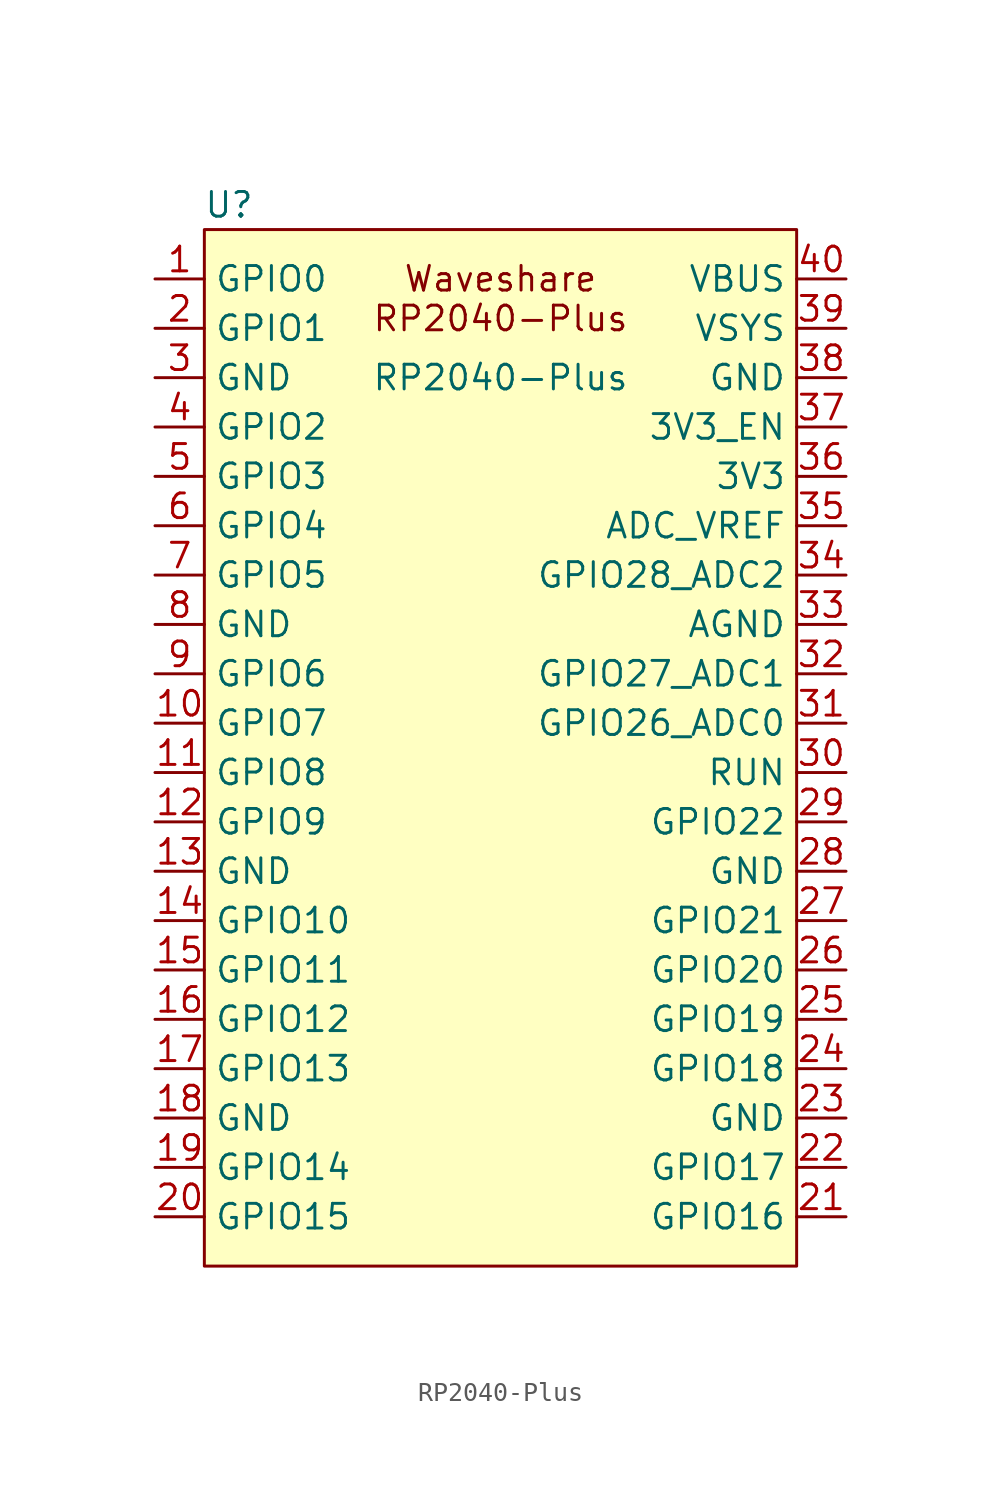
<source format=kicad_sym>
(kicad_symbol_lib
  (version 20231120)
  (generator "kicad_symbol_editor")
  (generator_version "8.0")
  (symbol "RP2040-Plus"
    (property "Reference" "U"
      (at -13.97 27.94 0)
      (effects (font (size 1.27 1.27))))
    (property "Value" "RP2040-Plus"
      (at 0 19.05 0)
      (effects (font (size 1.27 1.27))))
    (symbol "RP2040-Plus_0_1"
      (rectangle (start -15.24 26.67) (end 15.24 -26.67) (stroke (width 0) (type default)) (fill (type background))))
    (symbol "RP2040-Plus_1_0"
      (text "Waveshare\nRP2040-Plus" (at 0 23.114 0) (effects (font (size 1.27 1.27)))))
    (symbol "RP2040-Plus_1_1"
      (pin bidirectional line (at -17.78 24.13 0) (length 2.54) (name "GPIO0" (effects (font (size 1.27 1.27)))) (number "1" (effects (font (size 1.27 1.27)))))
      (pin bidirectional line (at -17.78 1.27 0) (length 2.54) (name "GPIO7" (effects (font (size 1.27 1.27)))) (number "10" (effects (font (size 1.27 1.27)))))
      (pin bidirectional line (at -17.78 -1.27 0) (length 2.54) (name "GPIO8" (effects (font (size 1.27 1.27)))) (number "11" (effects (font (size 1.27 1.27)))))
      (pin bidirectional line (at -17.78 -3.81 0) (length 2.54) (name "GPIO9" (effects (font (size 1.27 1.27)))) (number "12" (effects (font (size 1.27 1.27)))))
      (pin power_in line (at -17.78 -6.35 0) (length 2.54) (name "GND" (effects (font (size 1.27 1.27)))) (number "13" (effects (font (size 1.27 1.27)))))
      (pin bidirectional line (at -17.78 -8.89 0) (length 2.54) (name "GPIO10" (effects (font (size 1.27 1.27)))) (number "14" (effects (font (size 1.27 1.27)))))
      (pin bidirectional line (at -17.78 -11.43 0) (length 2.54) (name "GPIO11" (effects (font (size 1.27 1.27)))) (number "15" (effects (font (size 1.27 1.27)))))
      (pin bidirectional line (at -17.78 -13.97 0) (length 2.54) (name "GPIO12" (effects (font (size 1.27 1.27)))) (number "16" (effects (font (size 1.27 1.27)))))
      (pin bidirectional line (at -17.78 -16.51 0) (length 2.54) (name "GPIO13" (effects (font (size 1.27 1.27)))) (number "17" (effects (font (size 1.27 1.27)))))
      (pin power_in line (at -17.78 -19.05 0) (length 2.54) (name "GND" (effects (font (size 1.27 1.27)))) (number "18" (effects (font (size 1.27 1.27)))))
      (pin bidirectional line (at -17.78 -21.59 0) (length 2.54) (name "GPIO14" (effects (font (size 1.27 1.27)))) (number "19" (effects (font (size 1.27 1.27)))))
      (pin bidirectional line (at -17.78 21.59 0) (length 2.54) (name "GPIO1" (effects (font (size 1.27 1.27)))) (number "2" (effects (font (size 1.27 1.27)))))
      (pin bidirectional line (at -17.78 -24.13 0) (length 2.54) (name "GPIO15" (effects (font (size 1.27 1.27)))) (number "20" (effects (font (size 1.27 1.27)))))
      (pin bidirectional line (at 17.78 -24.13 180) (length 2.54) (name "GPIO16" (effects (font (size 1.27 1.27)))) (number "21" (effects (font (size 1.27 1.27)))))
      (pin bidirectional line (at 17.78 -21.59 180) (length 2.54) (name "GPIO17" (effects (font (size 1.27 1.27)))) (number "22" (effects (font (size 1.27 1.27)))))
      (pin power_in line (at 17.78 -19.05 180) (length 2.54) (name "GND" (effects (font (size 1.27 1.27)))) (number "23" (effects (font (size 1.27 1.27)))))
      (pin bidirectional line (at 17.78 -16.51 180) (length 2.54) (name "GPIO18" (effects (font (size 1.27 1.27)))) (number "24" (effects (font (size 1.27 1.27)))))
      (pin bidirectional line (at 17.78 -13.97 180) (length 2.54) (name "GPIO19" (effects (font (size 1.27 1.27)))) (number "25" (effects (font (size 1.27 1.27)))))
      (pin bidirectional line (at 17.78 -11.43 180) (length 2.54) (name "GPIO20" (effects (font (size 1.27 1.27)))) (number "26" (effects (font (size 1.27 1.27)))))
      (pin bidirectional line (at 17.78 -8.89 180) (length 2.54) (name "GPIO21" (effects (font (size 1.27 1.27)))) (number "27" (effects (font (size 1.27 1.27)))))
      (pin power_in line (at 17.78 -6.35 180) (length 2.54) (name "GND" (effects (font (size 1.27 1.27)))) (number "28" (effects (font (size 1.27 1.27)))))
      (pin bidirectional line (at 17.78 -3.81 180) (length 2.54) (name "GPIO22" (effects (font (size 1.27 1.27)))) (number "29" (effects (font (size 1.27 1.27)))))
      (pin power_in line (at -17.78 19.05 0) (length 2.54) (name "GND" (effects (font (size 1.27 1.27)))) (number "3" (effects (font (size 1.27 1.27)))))
      (pin input line (at 17.78 -1.27 180) (length 2.54) (name "RUN" (effects (font (size 1.27 1.27)))) (number "30" (effects (font (size 1.27 1.27)))))
      (pin bidirectional line (at 17.78 1.27 180) (length 2.54) (name "GPIO26_ADC0" (effects (font (size 1.27 1.27)))) (number "31" (effects (font (size 1.27 1.27)))))
      (pin bidirectional line (at 17.78 3.81 180) (length 2.54) (name "GPIO27_ADC1" (effects (font (size 1.27 1.27)))) (number "32" (effects (font (size 1.27 1.27)))))
      (pin power_in line (at 17.78 6.35 180) (length 2.54) (name "AGND" (effects (font (size 1.27 1.27)))) (number "33" (effects (font (size 1.27 1.27)))))
      (pin bidirectional line (at 17.78 8.89 180) (length 2.54) (name "GPIO28_ADC2" (effects (font (size 1.27 1.27)))) (number "34" (effects (font (size 1.27 1.27)))))
      (pin power_in line (at 17.78 11.43 180) (length 2.54) (name "ADC_VREF" (effects (font (size 1.27 1.27)))) (number "35" (effects (font (size 1.27 1.27)))))
      (pin power_in line (at 17.78 13.97 180) (length 2.54) (name "3V3" (effects (font (size 1.27 1.27)))) (number "36" (effects (font (size 1.27 1.27)))))
      (pin input line (at 17.78 16.51 180) (length 2.54) (name "3V3_EN" (effects (font (size 1.27 1.27)))) (number "37" (effects (font (size 1.27 1.27)))))
      (pin bidirectional line (at 17.78 19.05 180) (length 2.54) (name "GND" (effects (font (size 1.27 1.27)))) (number "38" (effects (font (size 1.27 1.27)))))
      (pin power_in line (at 17.78 21.59 180) (length 2.54) (name "VSYS" (effects (font (size 1.27 1.27)))) (number "39" (effects (font (size 1.27 1.27)))))
      (pin bidirectional line (at -17.78 16.51 0) (length 2.54) (name "GPIO2" (effects (font (size 1.27 1.27)))) (number "4" (effects (font (size 1.27 1.27)))))
      (pin power_in line (at 17.78 24.13 180) (length 2.54) (name "VBUS" (effects (font (size 1.27 1.27)))) (number "40" (effects (font (size 1.27 1.27)))))
      (pin bidirectional line (at -17.78 13.97 0) (length 2.54) (name "GPIO3" (effects (font (size 1.27 1.27)))) (number "5" (effects (font (size 1.27 1.27)))))
      (pin bidirectional line (at -17.78 11.43 0) (length 2.54) (name "GPIO4" (effects (font (size 1.27 1.27)))) (number "6" (effects (font (size 1.27 1.27)))))
      (pin bidirectional line (at -17.78 8.89 0) (length 2.54) (name "GPIO5" (effects (font (size 1.27 1.27)))) (number "7" (effects (font (size 1.27 1.27)))))
      (pin power_in line (at -17.78 6.35 0) (length 2.54) (name "GND" (effects (font (size 1.27 1.27)))) (number "8" (effects (font (size 1.27 1.27)))))
      (pin bidirectional line (at -17.78 3.81 0) (length 2.54) (name "GPIO6" (effects (font (size 1.27 1.27)))) (number "9" (effects (font (size 1.27 1.27))))))))
</source>
